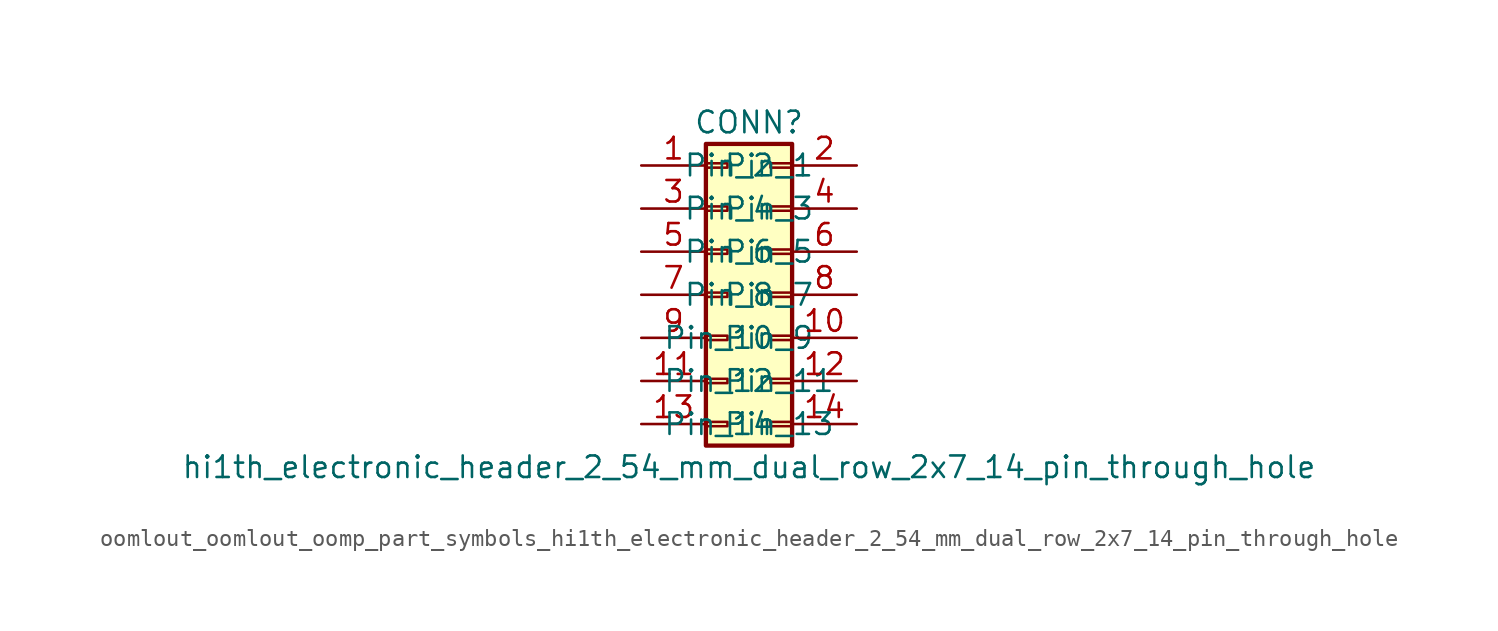
<source format=kicad_sym>
(kicad_symbol_lib
  (version 20220914)
  (generator kicad_symbol_editor)
  (symbol "oomlout_oomlout_oomp_part_symbols_hi1th_electronic_header_2_54_mm_dual_row_2x7_14_pin_through_hole"
    (pin_names
      (offset 1.016))
    (property "Reference" "CONN"
      (at 1.27 10.16 0)
      (effects (font (size 1.27 1.27))))
    (property "Value" "hi1th_electronic_header_2_54_mm_dual_row_2x7_14_pin_through_hole"
      (at 1.27 -10.16 0)
      (effects (font (size 1.27 1.27))))
    (symbol "oomlout_oomlout_oomp_part_symbols_hi1th_electronic_header_2_54_mm_dual_row_2x7_14_pin_through_hole_1_1"
      (rectangle (start -1.27 -7.493) (end 0 -7.747) (stroke (width 0.152) (type default)) (fill (type none)))
      (rectangle (start -1.27 -4.953) (end 0 -5.207) (stroke (width 0.152) (type default)) (fill (type none)))
      (rectangle (start -1.27 -2.413) (end 0 -2.667) (stroke (width 0.152) (type default)) (fill (type none)))
      (rectangle (start -1.27 0.127) (end 0 -0.127) (stroke (width 0.152) (type default)) (fill (type none)))
      (rectangle (start -1.27 2.667) (end 0 2.413) (stroke (width 0.152) (type default)) (fill (type none)))
      (rectangle (start -1.27 5.207) (end 0 4.953) (stroke (width 0.152) (type default)) (fill (type none)))
      (rectangle (start -1.27 7.747) (end 0 7.493) (stroke (width 0.152) (type default)) (fill (type none)))
      (rectangle (start -1.27 8.89) (end 3.81 -8.89) (stroke (width 0.254) (type default)) (fill (type background)))
      (rectangle (start 3.81 -7.493) (end 2.54 -7.747) (stroke (width 0.152) (type default)) (fill (type none)))
      (rectangle (start 3.81 -4.953) (end 2.54 -5.207) (stroke (width 0.152) (type default)) (fill (type none)))
      (rectangle (start 3.81 -2.413) (end 2.54 -2.667) (stroke (width 0.152) (type default)) (fill (type none)))
      (rectangle (start 3.81 0.127) (end 2.54 -0.127) (stroke (width 0.152) (type default)) (fill (type none)))
      (rectangle (start 3.81 2.667) (end 2.54 2.413) (stroke (width 0.152) (type default)) (fill (type none)))
      (rectangle (start 3.81 5.207) (end 2.54 4.953) (stroke (width 0.152) (type default)) (fill (type none)))
      (rectangle (start 3.81 7.747) (end 2.54 7.493) (stroke (width 0.152) (type default)) (fill (type none)))
      (pin passive line (at -5.08 7.62 0) (length 3.81) (name "Pin_1" (effects (font (size 1.27 1.27)))) (number "1" (effects (font (size 1.27 1.27)))))
      (pin passive line (at 7.62 -2.54 180) (length 3.81) (name "Pin_10" (effects (font (size 1.27 1.27)))) (number "10" (effects (font (size 1.27 1.27)))))
      (pin passive line (at -5.08 -5.08 0) (length 3.81) (name "Pin_11" (effects (font (size 1.27 1.27)))) (number "11" (effects (font (size 1.27 1.27)))))
      (pin passive line (at 7.62 -5.08 180) (length 3.81) (name "Pin_12" (effects (font (size 1.27 1.27)))) (number "12" (effects (font (size 1.27 1.27)))))
      (pin passive line (at -5.08 -7.62 0) (length 3.81) (name "Pin_13" (effects (font (size 1.27 1.27)))) (number "13" (effects (font (size 1.27 1.27)))))
      (pin passive line (at 7.62 -7.62 180) (length 3.81) (name "Pin_14" (effects (font (size 1.27 1.27)))) (number "14" (effects (font (size 1.27 1.27)))))
      (pin passive line (at 7.62 7.62 180) (length 3.81) (name "Pin_2" (effects (font (size 1.27 1.27)))) (number "2" (effects (font (size 1.27 1.27)))))
      (pin passive line (at -5.08 5.08 0) (length 3.81) (name "Pin_3" (effects (font (size 1.27 1.27)))) (number "3" (effects (font (size 1.27 1.27)))))
      (pin passive line (at 7.62 5.08 180) (length 3.81) (name "Pin_4" (effects (font (size 1.27 1.27)))) (number "4" (effects (font (size 1.27 1.27)))))
      (pin passive line (at -5.08 2.54 0) (length 3.81) (name "Pin_5" (effects (font (size 1.27 1.27)))) (number "5" (effects (font (size 1.27 1.27)))))
      (pin passive line (at 7.62 2.54 180) (length 3.81) (name "Pin_6" (effects (font (size 1.27 1.27)))) (number "6" (effects (font (size 1.27 1.27)))))
      (pin passive line (at -5.08 0 0) (length 3.81) (name "Pin_7" (effects (font (size 1.27 1.27)))) (number "7" (effects (font (size 1.27 1.27)))))
      (pin passive line (at 7.62 0 180) (length 3.81) (name "Pin_8" (effects (font (size 1.27 1.27)))) (number "8" (effects (font (size 1.27 1.27)))))
      (pin passive line (at -5.08 -2.54 0) (length 3.81) (name "Pin_9" (effects (font (size 1.27 1.27)))) (number "9" (effects (font (size 1.27 1.27))))))))
</source>
